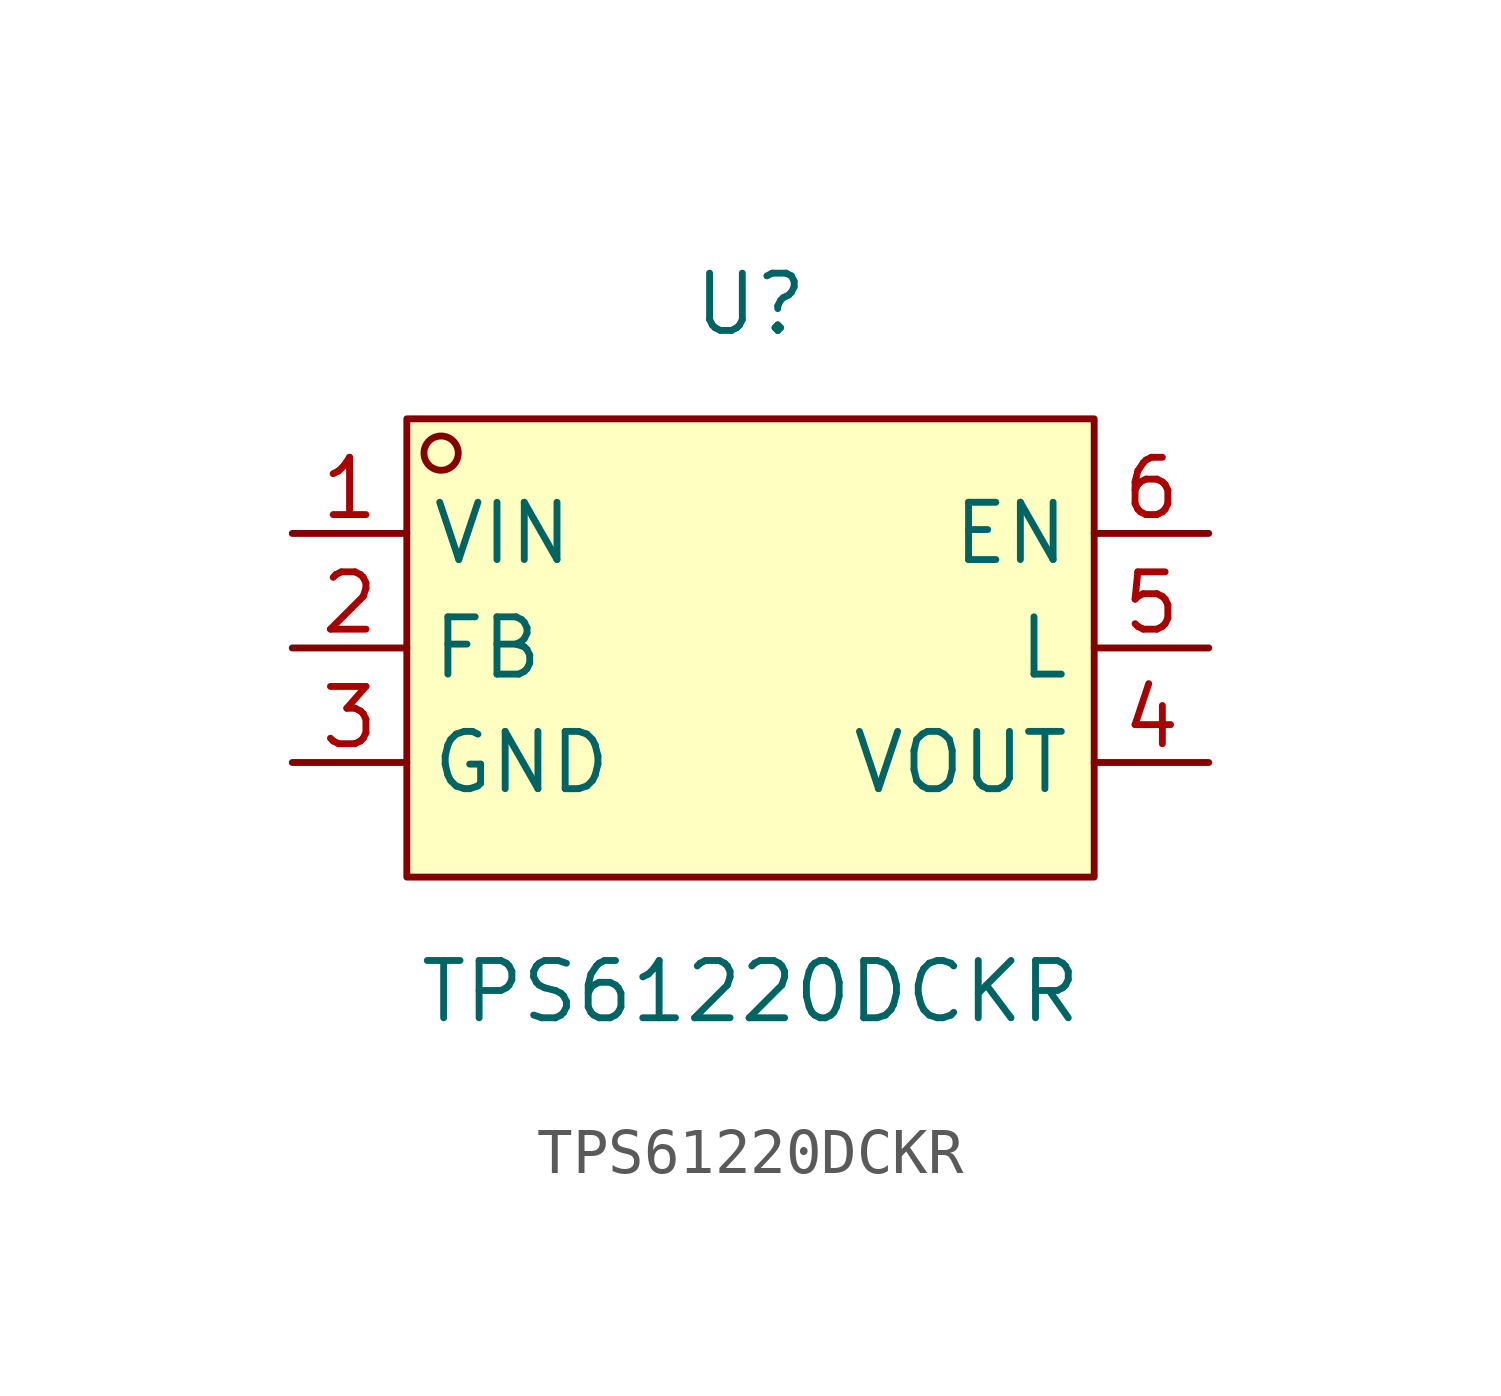
<source format=kicad_sym>
(kicad_symbol_lib
  (version 20211014)
  (generator https://github.com/uPesy/easyeda2kicad.py)
  (symbol "TPS61220DCKR"
    (property "Reference" "U"
      (at 0 7.62 0)
      (effects (font (size 1.27 1.27))))
    (property "Value" "TPS61220DCKR"
      (at 0 -7.62 0)
      (effects (font (size 1.27 1.27))))
    (symbol "TPS61220DCKR_0_1"
      (rectangle (start -7.62 5.08) (end 7.62 -5.08) (stroke (width 0) (type default) (color 0 0 0 0)) (fill (type background)))
      (circle (center -6.86 4.32) (radius 0.38) (stroke (width 0) (type default) (color 0 0 0 0)) (fill (type none)))
      (pin unspecified line (at -10.16 2.54 0) (length 2.54) (name "VIN" (effects (font (size 1.27 1.27)))) (number "1" (effects (font (size 1.27 1.27)))))
      (pin unspecified line (at -10.16 -0.00 0) (length 2.54) (name "FB" (effects (font (size 1.27 1.27)))) (number "2" (effects (font (size 1.27 1.27)))))
      (pin unspecified line (at -10.16 -2.54 0) (length 2.54) (name "GND" (effects (font (size 1.27 1.27)))) (number "3" (effects (font (size 1.27 1.27)))))
      (pin unspecified line (at 10.16 -2.54 180) (length 2.54) (name "VOUT" (effects (font (size 1.27 1.27)))) (number "4" (effects (font (size 1.27 1.27)))))
      (pin unspecified line (at 10.16 -0.00 180) (length 2.54) (name "L" (effects (font (size 1.27 1.27)))) (number "5" (effects (font (size 1.27 1.27)))))
      (pin unspecified line (at 10.16 2.54 180) (length 2.54) (name "EN" (effects (font (size 1.27 1.27)))) (number "6" (effects (font (size 1.27 1.27))))))))
</source>
